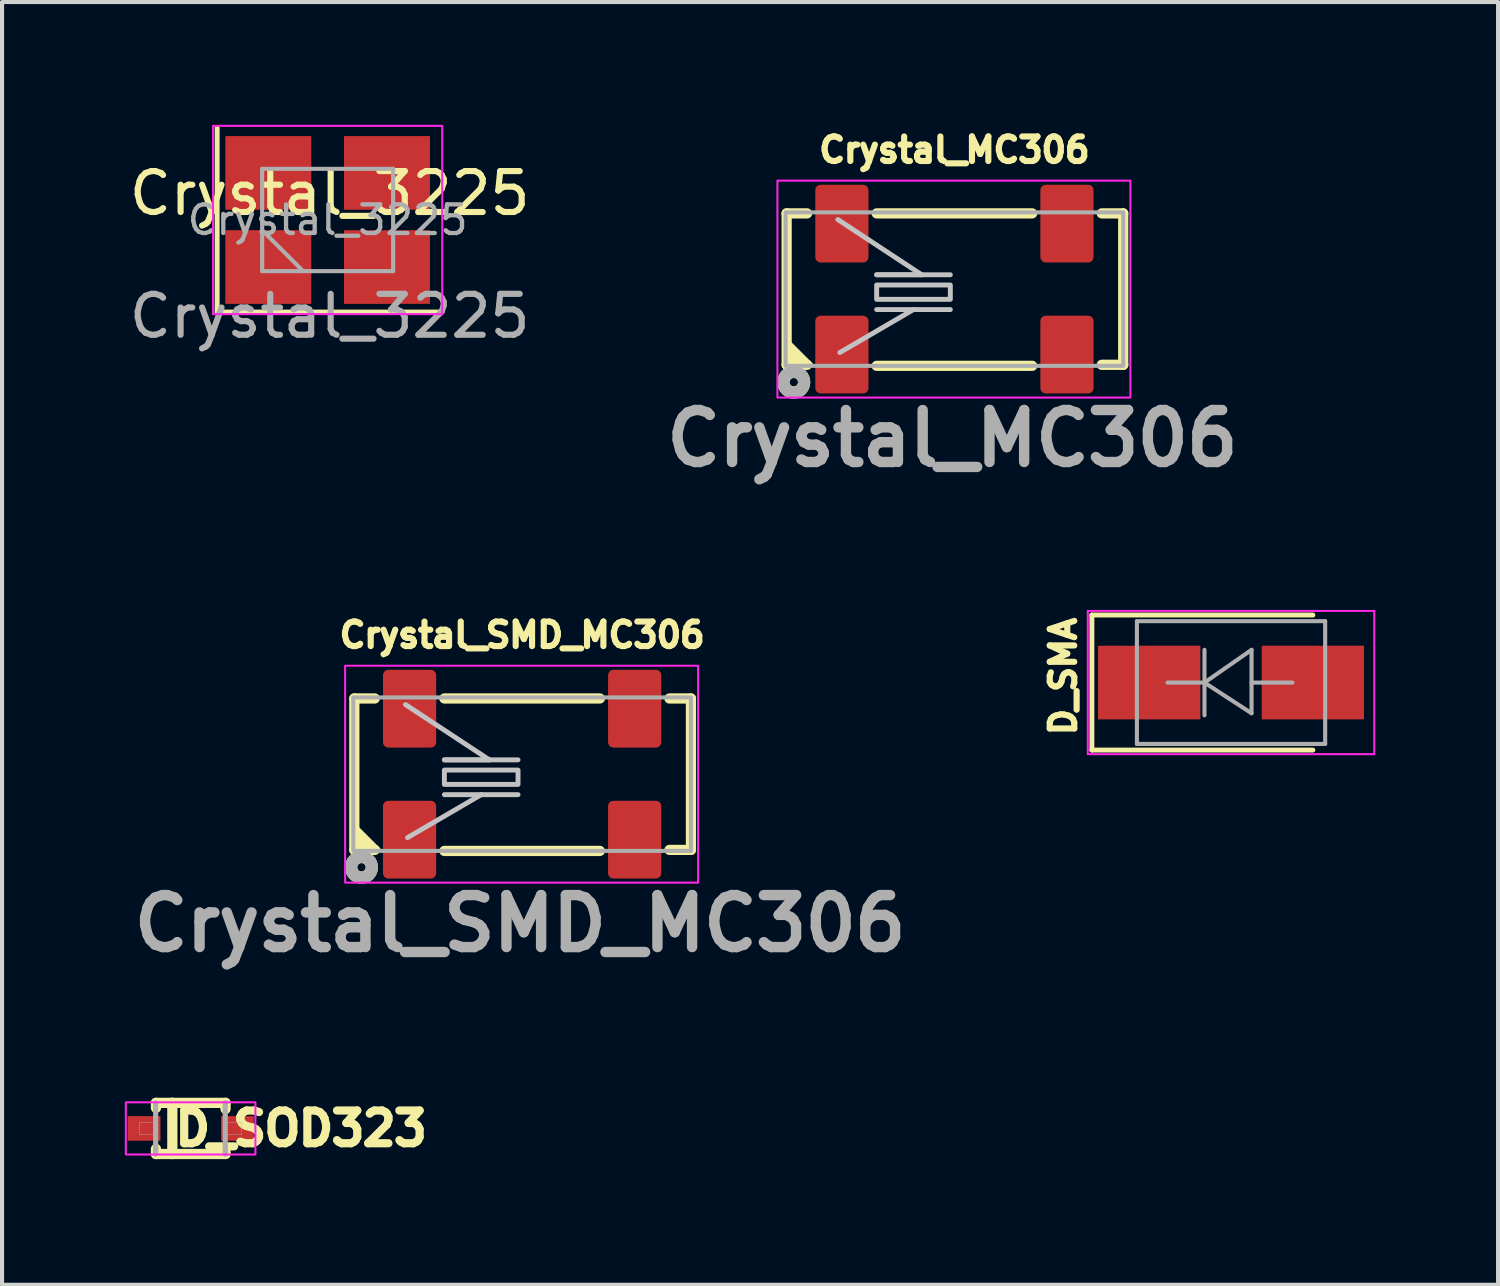
<source format=kicad_pcb>
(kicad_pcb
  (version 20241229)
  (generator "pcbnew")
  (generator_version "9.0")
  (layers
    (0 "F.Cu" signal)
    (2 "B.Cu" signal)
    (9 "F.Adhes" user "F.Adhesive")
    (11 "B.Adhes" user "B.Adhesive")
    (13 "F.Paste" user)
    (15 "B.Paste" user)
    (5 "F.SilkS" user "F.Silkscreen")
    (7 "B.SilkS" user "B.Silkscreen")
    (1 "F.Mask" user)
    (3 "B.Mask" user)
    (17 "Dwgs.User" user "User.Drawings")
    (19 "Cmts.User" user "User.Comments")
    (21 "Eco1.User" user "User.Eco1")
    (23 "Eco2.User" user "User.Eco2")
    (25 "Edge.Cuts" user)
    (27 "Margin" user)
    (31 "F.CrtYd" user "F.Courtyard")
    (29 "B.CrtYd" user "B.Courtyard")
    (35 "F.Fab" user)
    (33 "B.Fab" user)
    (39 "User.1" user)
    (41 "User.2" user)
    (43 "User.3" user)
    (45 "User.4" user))
  (footprint "Crystal_3225"
    (layer "F.Cu")
    (at 5.006 2.175)
    (property "Reference" "Crystal_3225" (at 0 -0.5 0) (unlocked yes) (layer "F.SilkS") (effects (font (size 1 1) (thickness 0.15))))
    (attr smd)
    (fp_line (start -2.75 -2.1) (end -2.75 2.4) (stroke (width 0.12) (type solid)) (layer "F.SilkS"))
    (fp_line (start -2.75 2.4) (end 2.65 2.4) (stroke (width 0.12) (type solid)) (layer "F.SilkS"))
    (fp_line (start -2.85 -2.15) (end -2.85 2.45) (stroke (width 0.05) (type solid)) (layer "F.CrtYd"))
    (fp_line (start -2.85 2.45) (end 2.75 2.45) (stroke (width 0.05) (type solid)) (layer "F.CrtYd"))
    (fp_line (start 2.75 -2.15) (end -2.85 -2.15) (stroke (width 0.05) (type solid)) (layer "F.CrtYd"))
    (fp_line (start 2.75 2.45) (end 2.75 -2.15) (stroke (width 0.05) (type solid)) (layer "F.CrtYd"))
    (fp_line (start -1.65 -1.1) (end -1.65 1.4) (stroke (width 0.1) (type solid)) (layer "F.Fab"))
    (fp_line (start -1.65 0.4) (end -0.65 1.4) (stroke (width 0.1) (type solid)) (layer "F.Fab"))
    (fp_line (start -1.65 1.4) (end 1.55 1.4) (stroke (width 0.1) (type solid)) (layer "F.Fab"))
    (fp_line (start 1.55 -1.1) (end -1.65 -1.1) (stroke (width 0.1) (type solid)) (layer "F.Fab"))
    (fp_line (start 1.55 1.4) (end 1.55 -1.1) (stroke (width 0.1) (type solid)) (layer "F.Fab"))
    (fp_text user "${REFERENCE}" (at 0 2.5 0) (unlocked yes) (layer "F.Fab") (effects (font (size 1 1) (thickness 0.15))))
    (fp_text user "${REFERENCE}" (at -0.05 0.15 0) (layer "F.Fab") (effects (font (size 0.7 0.7) (thickness 0.105))))
    (pad "1" smd rect (at -1.5 1.3) (size 2.1 1.8) (layers "F.Cu" "F.Mask" "F.Paste"))
    (pad "2" smd rect (at 1.4 1.3) (size 2.1 1.8) (layers "F.Cu" "F.Mask" "F.Paste"))
    (pad "3" smd rect (at 1.4 -1) (size 2.1 1.8) (layers "F.Cu" "F.Mask" "F.Paste"))
    (pad "4" smd rect (at -1.5 -1) (size 2.1 1.8) (layers "F.Cu" "F.Mask" "F.Paste")))
  (footprint "D_SOD323"
    (layer "F.Cu")
    (at 1.608 24.525)
    (property "Reference" "D_SOD323" (at 2.7 0 180) (layer "F.SilkS") (effects (font (size 0.8 0.8) (thickness 0.2) (bold yes))))
    (attr smd)
    (fp_line (start -0.847 -0.627) (end -0.847 -0.502) (stroke (width 0.25) (type solid)) (layer "F.SilkS"))
    (fp_line (start -0.847 -0.627) (end -0.447 -0.627) (stroke (width 0.25) (type solid)) (layer "F.SilkS"))
    (fp_line (start -0.847 0.498) (end -0.847 0.623) (stroke (width 0.25) (type solid)) (layer "F.SilkS"))
    (fp_line (start -0.447 -0.627) (end 0.853 -0.627) (stroke (width 0.25) (type solid)) (layer "F.SilkS"))
    (fp_line (start -0.447 0.623) (end -0.847 0.623) (stroke (width 0.25) (type solid)) (layer "F.SilkS"))
    (fp_line (start -0.447 0.623) (end -0.447 -0.627) (stroke (width 0.25) (type solid)) (layer "F.SilkS"))
    (fp_line (start 0.853 -0.627) (end 0.853 -0.477) (stroke (width 0.25) (type solid)) (layer "F.SilkS"))
    (fp_line (start 0.853 0.473) (end 0.853 0.623) (stroke (width 0.25) (type solid)) (layer "F.SilkS"))
    (fp_line (start 0.853 0.623) (end -0.447 0.623) (stroke (width 0.25) (type solid)) (layer "F.SilkS"))
    (fp_rect (start -1.583 -0.64) (end 1.583 0.635) (stroke (width 0.05) (type solid)) (fill no) (layer "F.CrtYd"))
    (fp_line (start -0.855 0.625) (end -0.855 -0.625) (stroke (width 0.127) (type solid)) (layer "F.Fab"))
    (fp_line (start 0.845 -0.625) (end 0.845 0.625) (stroke (width 0.127) (type solid)) (layer "F.Fab"))
    (fp_poly (pts (xy -0.856 0.15) (xy -1.255 0.15) (xy -1.255 -0.15) (xy -0.856 -0.15)) (stroke (width 0.01) (type solid)) (fill no) (layer "F.Fab"))
    (fp_poly (pts (xy 1.246 0.15) (xy 0.845 0.15) (xy 0.845 -0.15) (xy 1.246 -0.15)) (stroke (width 0.01) (type solid)) (fill no) (layer "F.Fab"))
    (pad "1" smd rect (at 1.143 -0.002 180) (size 0.8 0.6) (layers "F.Cu" "F.Paste"))
    (pad "2" smd rect (at -1.137 -0.002 180) (size 0.8 0.6) (layers "F.Cu" "F.Paste")))
  (footprint "Crystal_MC306"
    (layer "F.Cu")
    (at 20.271 4.014)
    (property "Reference" "Crystal_MC306" (at 0 -3.4 0) (layer "F.SilkS") (effects (font (size 0.6 0.6) (thickness 0.15) (bold yes))))
    (attr smd)
    (fp_line (start -4.1 -1.85) (end -4.1 1.85) (stroke (width 0.25) (type solid)) (layer "F.SilkS"))
    (fp_line (start -4.1 -1.85) (end -3.6 -1.85) (stroke (width 0.25) (type default)) (layer "F.SilkS"))
    (fp_line (start -4.1 1.85) (end -3.6 1.85) (stroke (width 0.25) (type default)) (layer "F.SilkS"))
    (fp_line (start -1.9 -1.85) (end 1.9 -1.85) (stroke (width 0.25) (type solid)) (layer "F.SilkS"))
    (fp_line (start -1.9 1.875) (end 1.9 1.875) (stroke (width 0.25) (type solid)) (layer "F.SilkS"))
    (fp_line (start 3.6 -1.85) (end 4.125 -1.85) (stroke (width 0.25) (type default)) (layer "F.SilkS"))
    (fp_line (start 3.6 1.85) (end 4.125 1.85) (stroke (width 0.25) (type default)) (layer "F.SilkS"))
    (fp_line (start 4.125 -1.85) (end 4.125 1.85) (stroke (width 0.25) (type solid)) (layer "F.SilkS"))
    (fp_circle (center -3.925 2.275) (end -4.025 2.25) (stroke (width 0.3) (type solid)) (fill no) (layer "F.SilkS"))
    (fp_poly (pts (xy -3.5 1.85) (xy -4.125 1.85) (xy -4.125 1.225)) (stroke (width 0.1) (type solid)) (fill yes) (layer "F.SilkS"))
    (fp_line (start -2.85 -1.7) (end -0.8 -0.35) (stroke (width 0.12) (type default)) (layer "Dwgs.User"))
    (fp_line (start -1.9 -0.35) (end -0.1 -0.35) (stroke (width 0.12) (type default)) (layer "Dwgs.User"))
    (fp_line (start -1.9 0.5) (end -0.1 0.5) (stroke (width 0.12) (type default)) (layer "Dwgs.User"))
    (fp_line (start -1 0.5) (end -2.8 1.55) (stroke (width 0.12) (type default)) (layer "Dwgs.User"))
    (fp_line (start -0.8 -0.35) (end -1.9 -0.35) (stroke (width 0.12) (type default)) (layer "Dwgs.User"))
    (fp_rect (start -1.9 -0.1) (end -0.1 0.25) (stroke (width 0.12) (type default)) (fill no) (layer "Dwgs.User"))
    (fp_rect (start -4.325 -2.65) (end 4.3 2.65) (stroke (width 0.05) (type default)) (fill no) (layer "F.CrtYd"))
    (fp_rect (start -4.125 -1.875) (end 4.125 1.875) (stroke (width 0.1) (type default)) (fill no) (layer "F.Fab"))
    (fp_circle (center -3.925 2.275) (end -3.822 2.275) (stroke (width 0.3) (type solid)) (fill no) (layer "F.Fab"))
    (fp_text user "${REFERENCE}" (at -0.05 3.65 0) (layer "F.Fab") (effects (font (size 1.27 1.27) (thickness 0.254))))
    (pad "1" smd roundrect (at -2.75 1.6) (size 1.3 1.9) (layers "F.Cu" "F.Mask" "F.Paste") (roundrect_rratio 0.1))
    (pad "2" smd roundrect (at 2.75 1.6) (size 1.3 1.9) (layers "F.Cu" "F.Mask" "F.Paste") (roundrect_rratio 0.1))
    (pad "3" smd roundrect (at 2.75 -1.6) (size 1.3 1.9) (layers "F.Cu" "F.Mask" "F.Paste") (roundrect_rratio 0.1))
    (pad "4" smd roundrect (at -2.75 -1.6) (size 1.3 1.9) (layers "F.Cu" "F.Mask" "F.Paste") (roundrect_rratio 0.1)))
  (footprint "Crystal_SMD_MC306"
    (layer "F.Cu")
    (at 9.708 15.867)
    (property "Reference" "Crystal_SMD_MC306" (at 0 -3.4 0) (layer "F.SilkS") (effects (font (size 0.6 0.6) (thickness 0.15) (bold yes))))
    (attr smd)
    (fp_line (start -4.1 -1.85) (end -4.1 1.85) (stroke (width 0.25) (type solid)) (layer "F.SilkS"))
    (fp_line (start -4.1 -1.85) (end -3.6 -1.85) (stroke (width 0.25) (type default)) (layer "F.SilkS"))
    (fp_line (start -4.1 1.85) (end -3.6 1.85) (stroke (width 0.25) (type default)) (layer "F.SilkS"))
    (fp_line (start -1.9 -1.85) (end 1.9 -1.85) (stroke (width 0.25) (type solid)) (layer "F.SilkS"))
    (fp_line (start -1.9 1.875) (end 1.9 1.875) (stroke (width 0.25) (type solid)) (layer "F.SilkS"))
    (fp_line (start 3.6 -1.85) (end 4.125 -1.85) (stroke (width 0.25) (type default)) (layer "F.SilkS"))
    (fp_line (start 3.6 1.85) (end 4.125 1.85) (stroke (width 0.25) (type default)) (layer "F.SilkS"))
    (fp_line (start 4.125 -1.85) (end 4.125 1.85) (stroke (width 0.25) (type solid)) (layer "F.SilkS"))
    (fp_circle (center -3.925 2.275) (end -4.025 2.25) (stroke (width 0.3) (type solid)) (fill no) (layer "F.SilkS"))
    (fp_poly (pts (xy -3.5 1.85) (xy -4.125 1.85) (xy -4.125 1.225)) (stroke (width 0.1) (type solid)) (fill yes) (layer "F.SilkS"))
    (fp_line (start -2.85 -1.7) (end -0.8 -0.35) (stroke (width 0.12) (type default)) (layer "Dwgs.User"))
    (fp_line (start -1.9 -0.35) (end -0.1 -0.35) (stroke (width 0.12) (type default)) (layer "Dwgs.User"))
    (fp_line (start -1.9 0.5) (end -0.1 0.5) (stroke (width 0.12) (type default)) (layer "Dwgs.User"))
    (fp_line (start -1 0.5) (end -2.8 1.55) (stroke (width 0.12) (type default)) (layer "Dwgs.User"))
    (fp_line (start -0.8 -0.35) (end -1.9 -0.35) (stroke (width 0.12) (type default)) (layer "Dwgs.User"))
    (fp_rect (start -1.9 -0.1) (end -0.1 0.25) (stroke (width 0.12) (type default)) (fill no) (layer "Dwgs.User"))
    (fp_rect (start -4.325 -2.65) (end 4.3 2.65) (stroke (width 0.05) (type default)) (fill no) (layer "F.CrtYd"))
    (fp_rect (start -4.125 -1.875) (end 4.125 1.875) (stroke (width 0.1) (type default)) (fill no) (layer "F.Fab"))
    (fp_circle (center -3.925 2.275) (end -3.822 2.275) (stroke (width 0.3) (type solid)) (fill no) (layer "F.Fab"))
    (fp_text user "${REFERENCE}" (at -0.05 3.65 0) (layer "F.Fab") (effects (font (size 1.27 1.27) (thickness 0.254))))
    (pad "1" smd roundrect (at -2.75 1.6) (size 1.3 1.9) (layers "F.Cu" "F.Mask" "F.Paste") (roundrect_rratio 0.1))
    (pad "2" smd roundrect (at 2.75 1.6) (size 1.3 1.9) (layers "F.Cu" "F.Mask" "F.Paste") (roundrect_rratio 0.1))
    (pad "3" smd roundrect (at 2.75 -1.6) (size 1.3 1.9) (layers "F.Cu" "F.Mask" "F.Paste") (roundrect_rratio 0.1))
    (pad "4" smd roundrect (at -2.75 -1.6) (size 1.3 1.9) (layers "F.Cu" "F.Mask" "F.Paste") (roundrect_rratio 0.1)))
  (footprint "D_SMA"
    (layer "F.Cu")
    (at 27.03 13.628)
    (property "Reference" "D_SMA" (at -4.1 -0.15 90) (layer "F.SilkS") (effects (font (size 0.6 0.6) (thickness 0.15))))
    (attr smd)
    (fp_line (start -3.4 -1.65) (end -3.4 1.65) (stroke (width 0.12) (type solid)) (layer "F.SilkS"))
    (fp_line (start -3.4 -1.65) (end 2 -1.65) (stroke (width 0.12) (type solid)) (layer "F.SilkS"))
    (fp_line (start -3.4 1.65) (end 2 1.65) (stroke (width 0.12) (type solid)) (layer "F.SilkS"))
    (fp_line (start -3.5 -1.75) (end 3.5 -1.75) (stroke (width 0.05) (type solid)) (layer "F.CrtYd"))
    (fp_line (start -3.5 1.75) (end -3.5 -1.75) (stroke (width 0.05) (type solid)) (layer "F.CrtYd"))
    (fp_line (start 3.5 -1.75) (end 3.5 1.75) (stroke (width 0.05) (type solid)) (layer "F.CrtYd"))
    (fp_line (start 3.5 1.75) (end -3.5 1.75) (stroke (width 0.05) (type solid)) (layer "F.CrtYd"))
    (fp_line (start -2.3 1.5) (end -2.3 -1.5) (stroke (width 0.1) (type solid)) (layer "F.Fab"))
    (fp_line (start -0.649 -0.799) (end -0.649 0.801) (stroke (width 0.1) (type solid)) (layer "F.Fab"))
    (fp_line (start -0.649 0.001) (end -1.551 0.001) (stroke (width 0.1) (type solid)) (layer "F.Fab"))
    (fp_line (start -0.649 0.001) (end 0.501 -0.799) (stroke (width 0.1) (type solid)) (layer "F.Fab"))
    (fp_line (start -0.649 0.001) (end 0.501 0.75) (stroke (width 0.1) (type solid)) (layer "F.Fab"))
    (fp_line (start 0.501 0.001) (end 1.499 0.001) (stroke (width 0.1) (type solid)) (layer "F.Fab"))
    (fp_line (start 0.501 0.75) (end 0.501 -0.799) (stroke (width 0.1) (type solid)) (layer "F.Fab"))
    (fp_line (start 2.3 -1.5) (end -2.3 -1.5) (stroke (width 0.1) (type solid)) (layer "F.Fab"))
    (fp_line (start 2.3 -1.5) (end 2.3 1.5) (stroke (width 0.1) (type solid)) (layer "F.Fab"))
    (fp_line (start 2.3 1.5) (end -2.3 1.5) (stroke (width 0.1) (type solid)) (layer "F.Fab"))
    (pad "1" smd rect (at -2 0) (size 2.5 1.8) (layers "F.Cu" "F.Mask" "F.Paste"))
    (pad "2" smd rect (at 2 0) (size 2.5 1.8) (layers "F.Cu" "F.Mask" "F.Paste")))
  (gr_rect
    (start -3 -3)
    (end 33.555 28.344)
    (stroke (width 0.1) (type default))
    (fill no)
    (layer "Edge.Cuts")))
</source>
